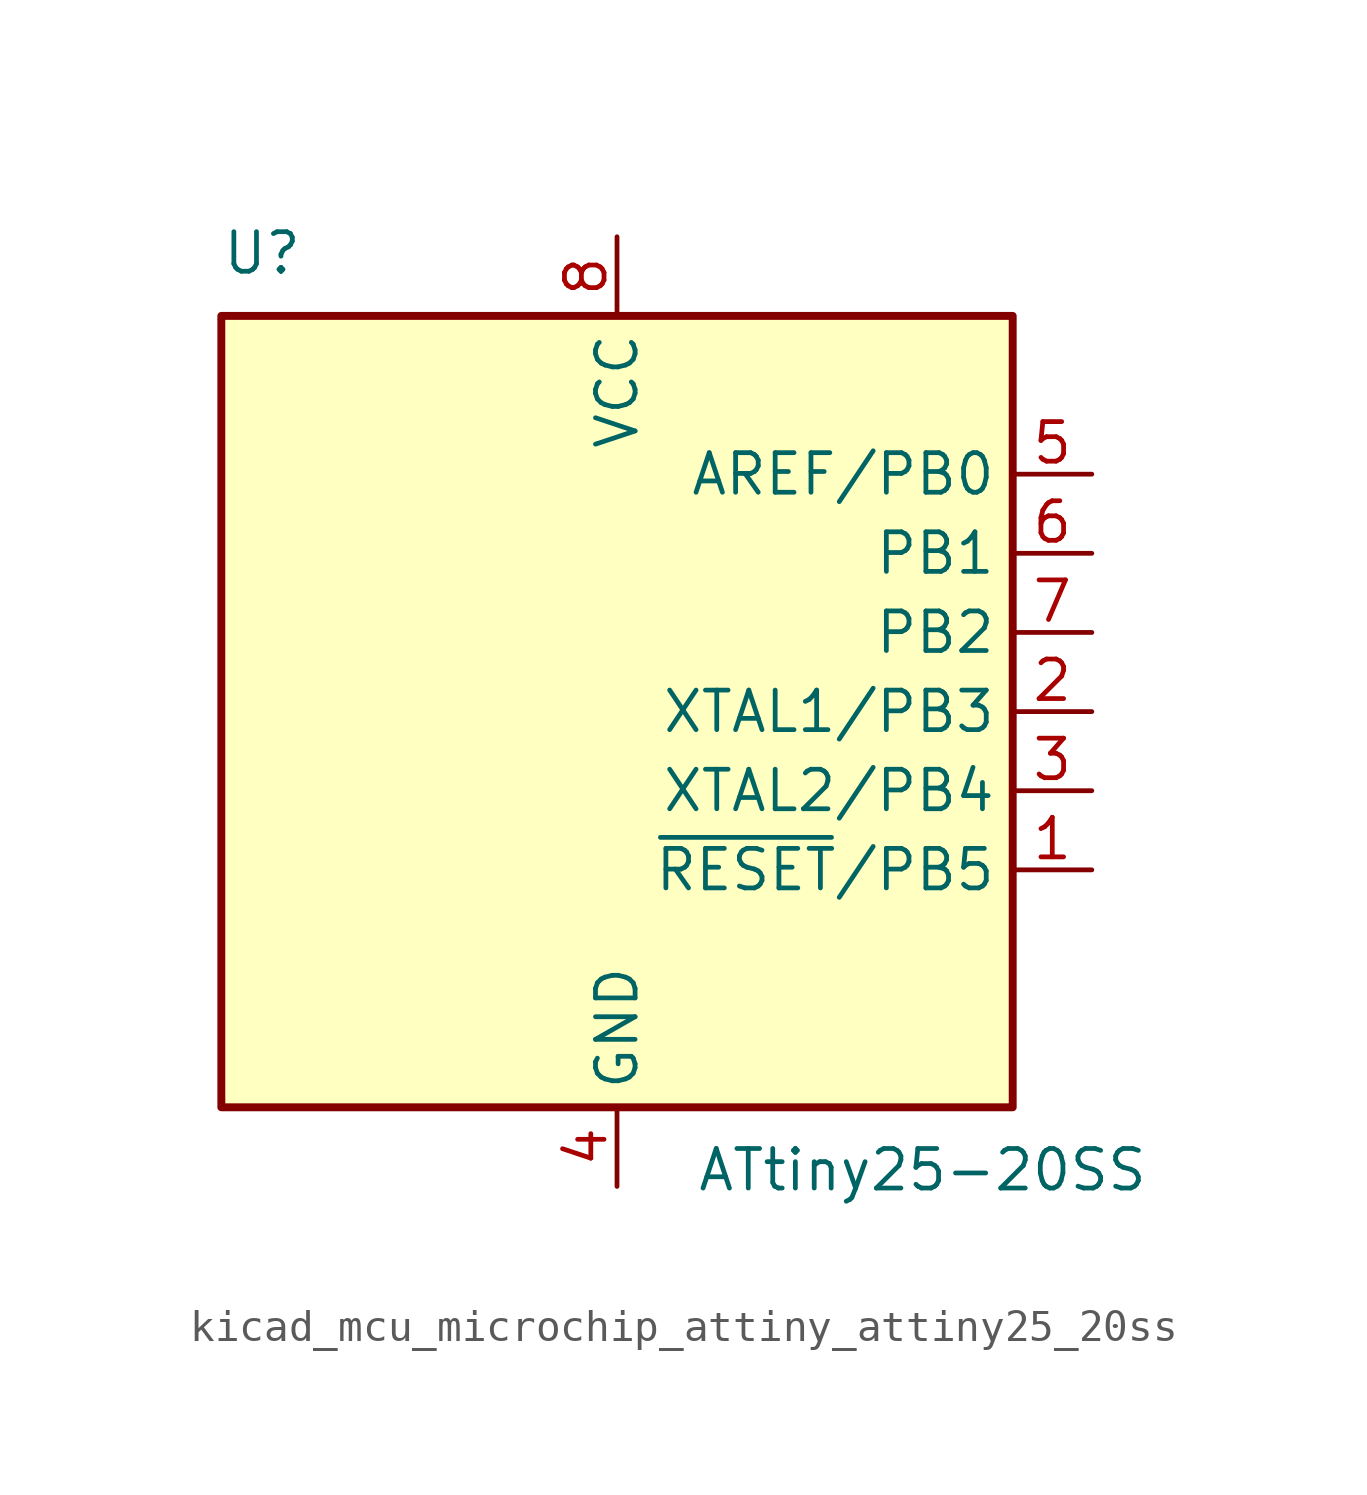
<source format=kicad_sym>
(kicad_symbol_lib
  (version 20220914)
  (generator kicad_symbol_editor)
  (symbol "kicad_mcu_microchip_attiny_attiny25_20ss"
    (property "Reference" "U"
      (at -12.7 13.97 0)
      (effects (font (size 1.27 1.27)) (justify left bottom)))
    (property "Value" "ATtiny25-20SS"
      (at 2.54 -13.97 0)
      (effects (font (size 1.27 1.27)) (justify left top)))
    (symbol "kicad_mcu_microchip_attiny_attiny25_20ss_0_1"
      (rectangle (start -12.7 -12.7) (end 12.7 12.7) (stroke (width 0.254) (type default)) (fill (type background))))
    (symbol "kicad_mcu_microchip_attiny_attiny25_20ss_1_1"
      (pin bidirectional line (at 15.24 -5.08 180) (length 2.54) (name "~{RESET}/PB5" (effects (font (size 1.27 1.27)))) (number "1" (effects (font (size 1.27 1.27)))))
      (pin bidirectional line (at 15.24 0 180) (length 2.54) (name "XTAL1/PB3" (effects (font (size 1.27 1.27)))) (number "2" (effects (font (size 1.27 1.27)))))
      (pin bidirectional line (at 15.24 -2.54 180) (length 2.54) (name "XTAL2/PB4" (effects (font (size 1.27 1.27)))) (number "3" (effects (font (size 1.27 1.27)))))
      (pin power_in line (at 0 -15.24 90) (length 2.54) (name "GND" (effects (font (size 1.27 1.27)))) (number "4" (effects (font (size 1.27 1.27)))))
      (pin bidirectional line (at 15.24 7.62 180) (length 2.54) (name "AREF/PB0" (effects (font (size 1.27 1.27)))) (number "5" (effects (font (size 1.27 1.27)))))
      (pin bidirectional line (at 15.24 5.08 180) (length 2.54) (name "PB1" (effects (font (size 1.27 1.27)))) (number "6" (effects (font (size 1.27 1.27)))))
      (pin bidirectional line (at 15.24 2.54 180) (length 2.54) (name "PB2" (effects (font (size 1.27 1.27)))) (number "7" (effects (font (size 1.27 1.27)))))
      (pin power_in line (at 0 15.24 270) (length 2.54) (name "VCC" (effects (font (size 1.27 1.27)))) (number "8" (effects (font (size 1.27 1.27))))))))
</source>
